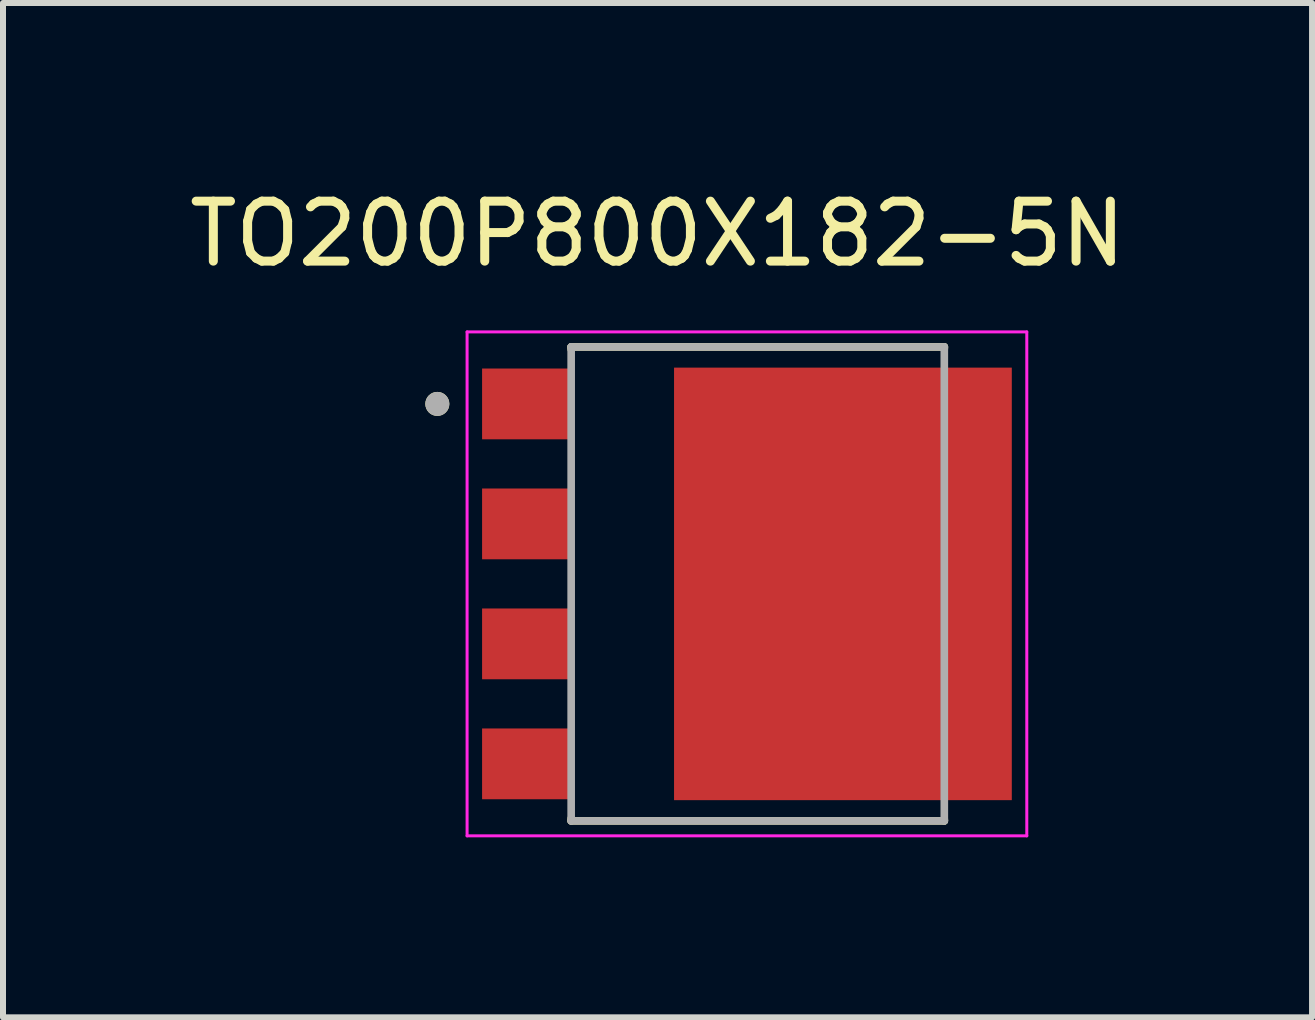
<source format=kicad_pcb>
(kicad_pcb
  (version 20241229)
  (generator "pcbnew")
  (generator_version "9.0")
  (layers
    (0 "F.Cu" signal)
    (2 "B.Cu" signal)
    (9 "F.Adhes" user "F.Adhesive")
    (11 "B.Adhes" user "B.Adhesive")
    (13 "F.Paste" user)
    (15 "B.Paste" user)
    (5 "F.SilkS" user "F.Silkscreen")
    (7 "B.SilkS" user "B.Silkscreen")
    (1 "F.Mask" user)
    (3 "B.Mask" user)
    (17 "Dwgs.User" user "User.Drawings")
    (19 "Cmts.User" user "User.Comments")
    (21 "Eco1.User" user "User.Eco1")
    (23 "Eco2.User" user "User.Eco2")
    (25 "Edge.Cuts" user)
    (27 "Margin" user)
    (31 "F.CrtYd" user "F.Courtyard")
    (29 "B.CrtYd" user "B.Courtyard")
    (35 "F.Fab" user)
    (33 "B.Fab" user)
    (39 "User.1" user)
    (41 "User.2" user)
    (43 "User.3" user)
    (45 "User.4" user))
  (footprint "TO200P800X182-5N"
    (layer "F.Cu")
    (at 9.401 6.683)
    (property "Reference" "TO200P800X182-5N" (at -1.49 -5.835 0) (layer "F.SilkS") (effects (font (size 1 1) (thickness 0.15))))
    (attr smd)
    (fp_line (start -2.93 -3.95) (end 3.29 -3.95) (stroke (width 0.127) (type solid)) (layer "F.SilkS"))
    (fp_line (start -2.93 -3.91) (end -2.93 -3.95) (stroke (width 0.127) (type solid)) (layer "F.SilkS"))
    (fp_line (start -2.93 3.95) (end -2.93 3.91) (stroke (width 0.127) (type solid)) (layer "F.SilkS"))
    (fp_line (start 3.29 -3.95) (end 3.29 -3.925) (stroke (width 0.127) (type solid)) (layer "F.SilkS"))
    (fp_line (start 3.29 3.95) (end -2.93 3.95) (stroke (width 0.127) (type solid)) (layer "F.SilkS"))
    (fp_line (start 3.29 3.95) (end 3.29 3.925) (stroke (width 0.127) (type solid)) (layer "F.SilkS"))
    (fp_circle (center -5.161 -3) (end -5.061 -3) (stroke (width 0.2) (type solid)) (fill no) (layer "F.SilkS"))
    (fp_poly (pts (xy -0.64 -3.215) (xy 1.02 -3.215) (xy 1.02 -1.585) (xy -0.64 -1.585)) (stroke (width 0.01) (type solid)) (fill yes) (layer "F.Paste"))
    (fp_poly (pts (xy -0.64 -0.815) (xy 1.02 -0.815) (xy 1.02 0.815) (xy -0.64 0.815)) (stroke (width 0.01) (type solid)) (fill yes) (layer "F.Paste"))
    (fp_poly (pts (xy -0.64 1.585) (xy 1.02 1.585) (xy 1.02 3.215) (xy -0.64 3.215)) (stroke (width 0.01) (type solid)) (fill yes) (layer "F.Paste"))
    (fp_poly (pts (xy 2.18 -3.215) (xy 3.84 -3.215) (xy 3.84 -1.585) (xy 2.18 -1.585)) (stroke (width 0.01) (type solid)) (fill yes) (layer "F.Paste"))
    (fp_poly (pts (xy 2.18 -0.815) (xy 3.84 -0.815) (xy 3.84 0.815) (xy 2.18 0.815)) (stroke (width 0.01) (type solid)) (fill yes) (layer "F.Paste"))
    (fp_poly (pts (xy 2.18 1.585) (xy 3.84 1.585) (xy 3.84 3.215) (xy 2.18 3.215)) (stroke (width 0.01) (type solid)) (fill yes) (layer "F.Paste"))
    (fp_line (start -4.665 -4.2) (end -4.665 4.2) (stroke (width 0.05) (type solid)) (layer "F.CrtYd"))
    (fp_line (start -4.665 4.2) (end 4.665 4.2) (stroke (width 0.05) (type solid)) (layer "F.CrtYd"))
    (fp_line (start 4.665 -4.2) (end -4.665 -4.2) (stroke (width 0.05) (type solid)) (layer "F.CrtYd"))
    (fp_line (start 4.665 4.2) (end 4.665 -4.2) (stroke (width 0.05) (type solid)) (layer "F.CrtYd"))
    (fp_line (start -2.93 -3.95) (end 3.29 -3.95) (stroke (width 0.127) (type solid)) (layer "F.Fab"))
    (fp_line (start -2.93 3.95) (end -2.93 -3.95) (stroke (width 0.127) (type solid)) (layer "F.Fab"))
    (fp_line (start 3.29 -3.95) (end 3.29 3.95) (stroke (width 0.127) (type solid)) (layer "F.Fab"))
    (fp_line (start 3.29 3.95) (end -2.93 3.95) (stroke (width 0.127) (type solid)) (layer "F.Fab"))
    (fp_circle (center -5.161 -3) (end -5.061 -3) (stroke (width 0.2) (type solid)) (fill no) (layer "F.Fab"))
    (pad "1" smd rect (at -3.65 -3) (size 1.53 1.18) (layers "F.Cu" "F.Mask" "F.Paste"))
    (pad "2" smd rect (at -3.65 -1) (size 1.53 1.18) (layers "F.Cu" "F.Mask" "F.Paste"))
    (pad "3" smd rect (at -3.65 1) (size 1.53 1.18) (layers "F.Cu" "F.Mask" "F.Paste"))
    (pad "4" smd rect (at -3.65 3) (size 1.53 1.18) (layers "F.Cu" "F.Mask" "F.Paste"))
    (pad "5" smd rect (at 1.6 0) (size 5.63 7.21) (layers "F.Cu" "F.Mask")))
  (gr_rect
    (start -3 -3)
    (end 18.821 13.908)
    (stroke (width 0.1) (type default))
    (fill no)
    (layer "Edge.Cuts")))
</source>
